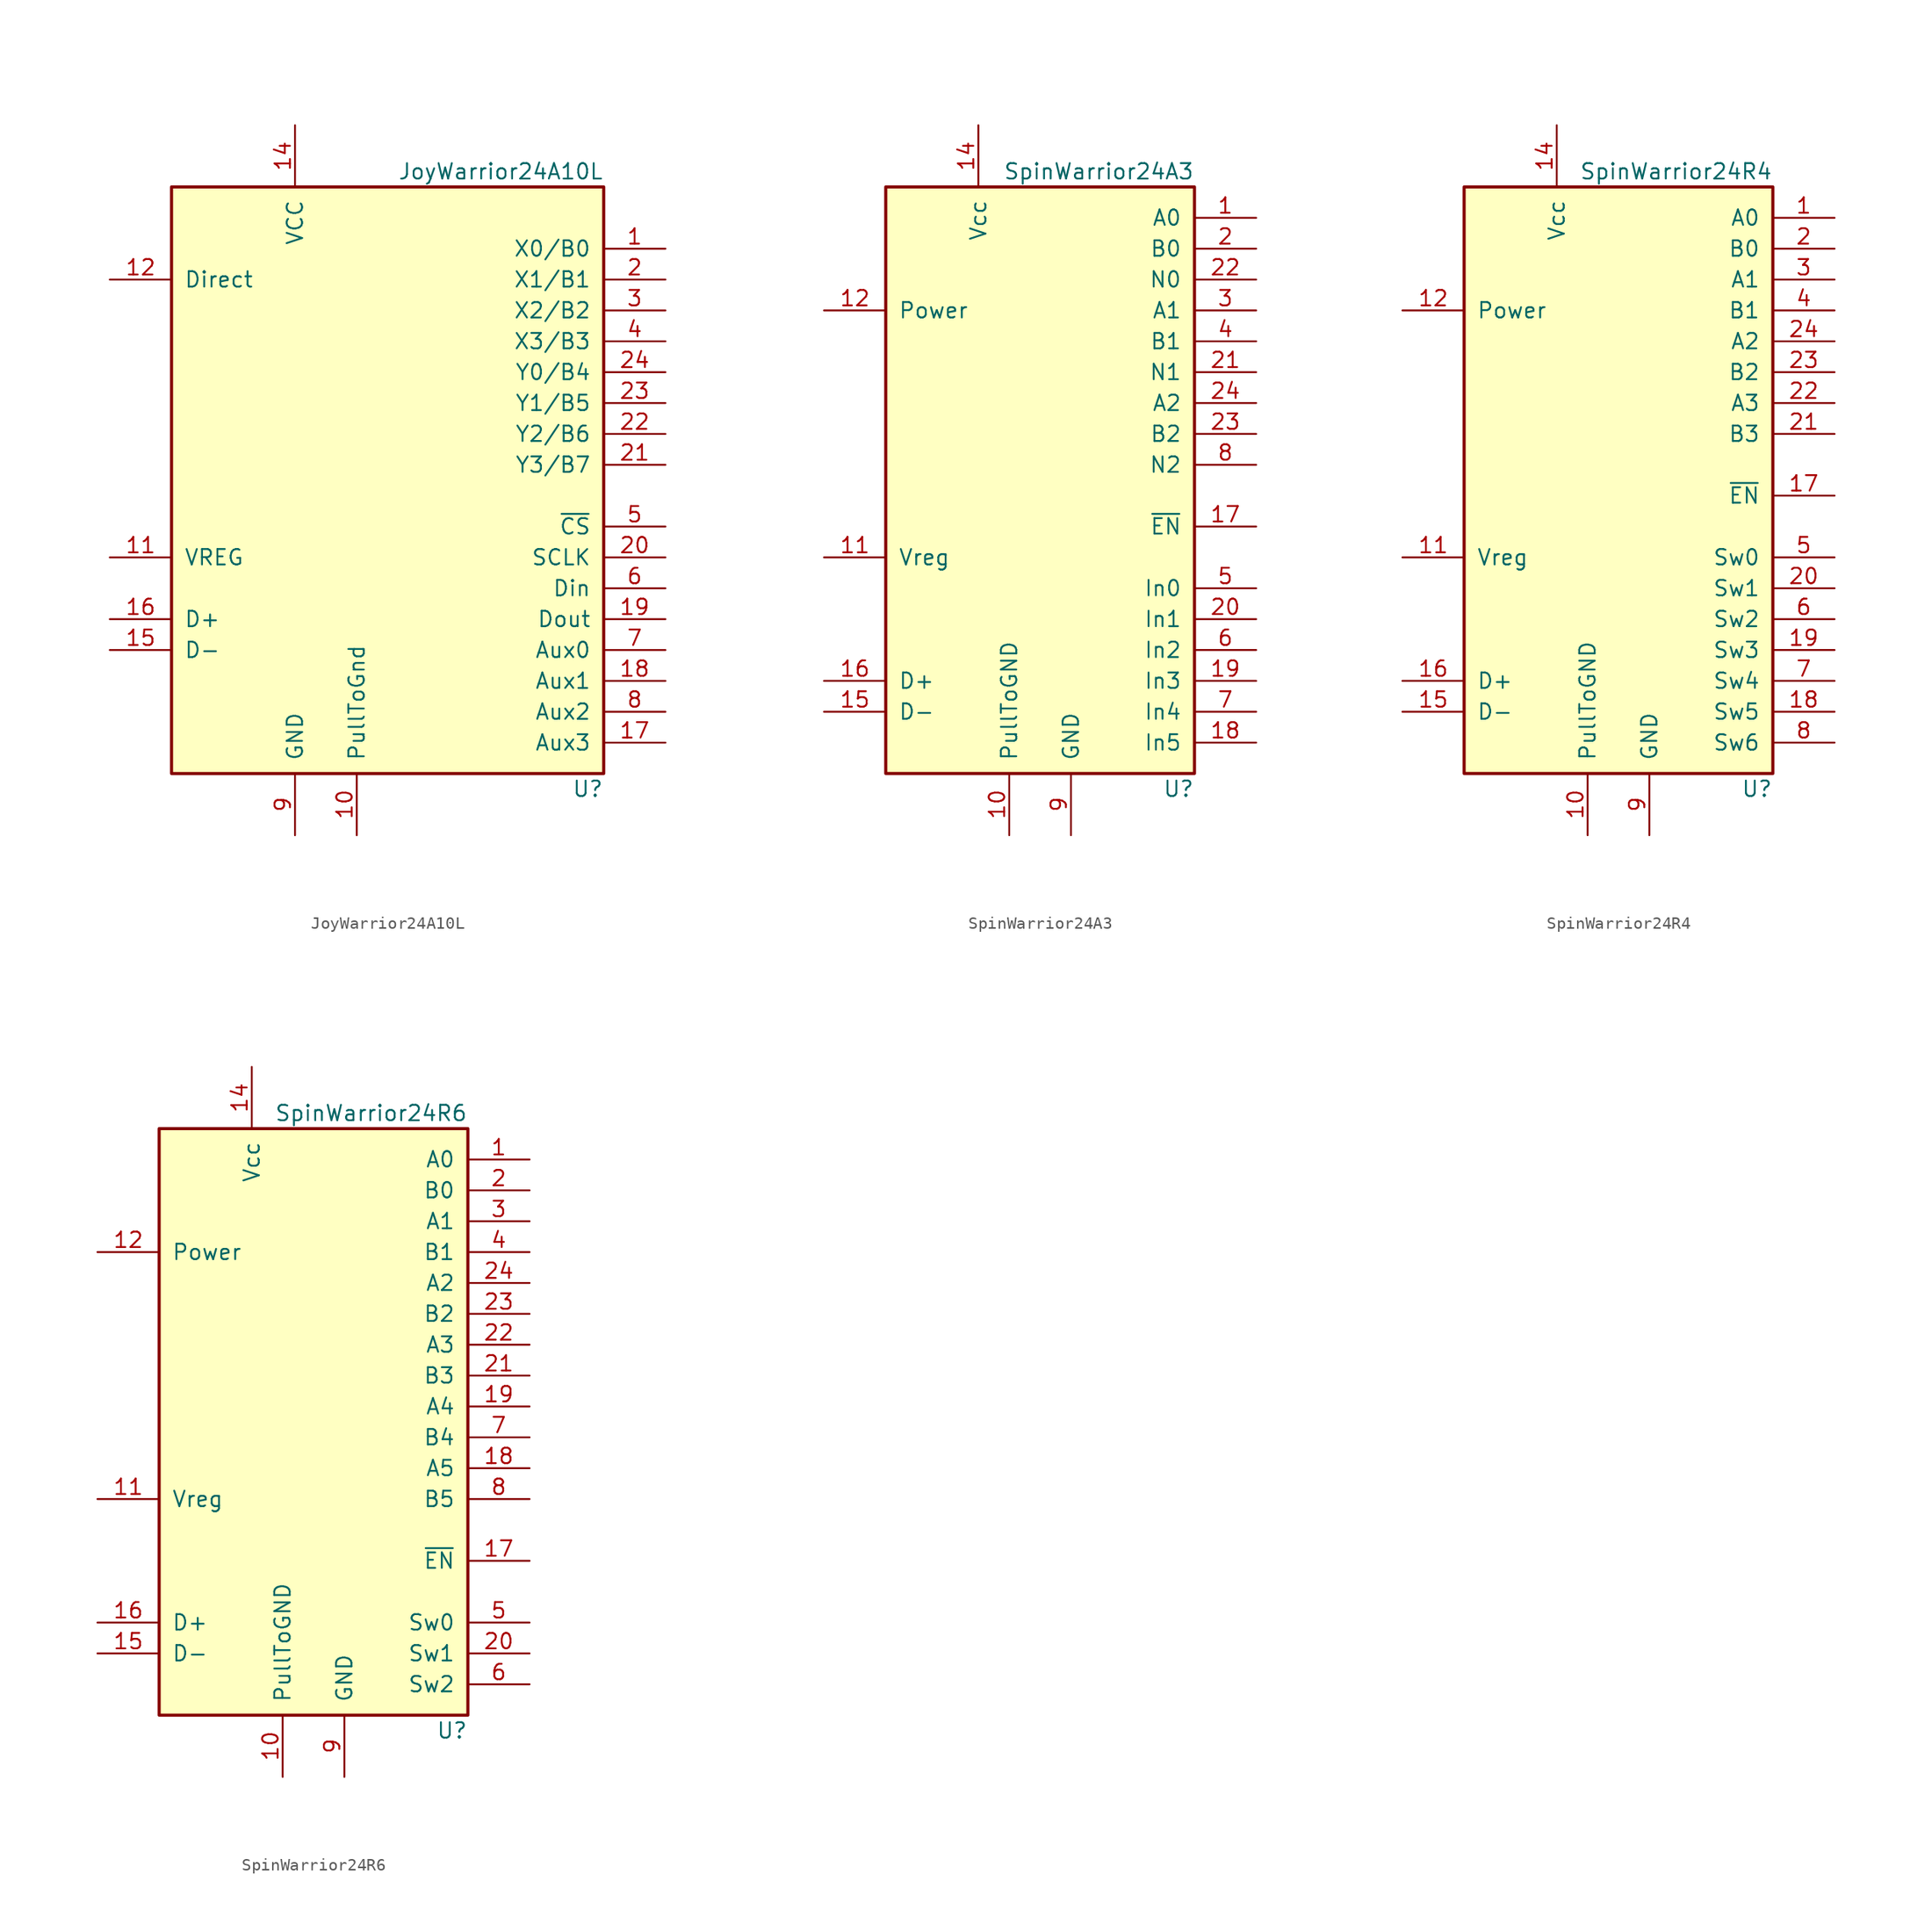
<source format=kicad_sym>
(kicad_symbol_lib
  (version 20201005)
  (generator kicad_symbol_editor)
  (symbol "Interface_HID:JoyWarrior24A10L"
    (pin_names
      (offset 1.016))
    (property "Reference" "U"
      (at 17.78 -24.13 0)
      (effects (font (size 1.27 1.27)) (justify right)))
    (property "Value" "JoyWarrior24A10L"
      (at 17.78 26.67 0)
      (effects (font (size 1.27 1.27)) (justify right)))
    (symbol "JoyWarrior24A10L_0_1"
      (rectangle (start -17.78 25.4) (end 17.78 -22.86) (stroke (width 0.254)) (fill (type background))))
    (symbol "JoyWarrior24A10L_1_1"
      (pin input line (at 22.86 20.32 180) (length 5.08) (name "X0/B0" (effects (font (size 1.27 1.27)))) (number "1" (effects (font (size 1.27 1.27)))))
      (pin input line (at 22.86 17.78 180) (length 5.08) (name "X1/B1" (effects (font (size 1.27 1.27)))) (number "2" (effects (font (size 1.27 1.27)))))
      (pin input line (at 22.86 15.24 180) (length 5.08) (name "X2/B2" (effects (font (size 1.27 1.27)))) (number "3" (effects (font (size 1.27 1.27)))))
      (pin input line (at 22.86 12.7 180) (length 5.08) (name "X3/B3" (effects (font (size 1.27 1.27)))) (number "4" (effects (font (size 1.27 1.27)))))
      (pin output line (at 22.86 -2.54 180) (length 5.08) (name "~CS" (effects (font (size 1.27 1.27)))) (number "5" (effects (font (size 1.27 1.27)))))
      (pin input line (at 22.86 -7.62 180) (length 5.08) (name "Din" (effects (font (size 1.27 1.27)))) (number "6" (effects (font (size 1.27 1.27)))))
      (pin output line (at 22.86 -12.7 180) (length 5.08) (name "Aux0" (effects (font (size 1.27 1.27)))) (number "7" (effects (font (size 1.27 1.27)))))
      (pin output line (at 22.86 -17.78 180) (length 5.08) (name "Aux2" (effects (font (size 1.27 1.27)))) (number "8" (effects (font (size 1.27 1.27)))))
      (pin power_in line (at -7.62 -27.94 90) (length 5.08) (name "GND" (effects (font (size 1.27 1.27)))) (number "9" (effects (font (size 1.27 1.27)))))
      (pin input line (at -2.54 -27.94 90) (length 5.08) (name "PullToGnd" (effects (font (size 1.27 1.27)))) (number "10" (effects (font (size 1.27 1.27)))))
      (pin output line (at 22.86 -5.08 180) (length 5.08) (name "SCLK" (effects (font (size 1.27 1.27)))) (number "20" (effects (font (size 1.27 1.27)))))
      (pin power_out line (at -22.86 -5.08 0) (length 5.08) (name "VREG" (effects (font (size 1.27 1.27)))) (number "11" (effects (font (size 1.27 1.27)))))
      (pin input line (at 22.86 2.54 180) (length 5.08) (name "Y3/B7" (effects (font (size 1.27 1.27)))) (number "21" (effects (font (size 1.27 1.27)))))
      (pin input line (at -22.86 17.78 0) (length 5.08) (name "Direct" (effects (font (size 1.27 1.27)))) (number "12" (effects (font (size 1.27 1.27)))))
      (pin input line (at 22.86 5.08 180) (length 5.08) (name "Y2/B6" (effects (font (size 1.27 1.27)))) (number "22" (effects (font (size 1.27 1.27)))))
      (pin no_connect line (at -22.86 22.86 0) (length 5.08) hide (name "NC" (effects (font (size 1.27 1.27)))) (number "13" (effects (font (size 1.27 1.27)))))
      (pin input line (at 22.86 7.62 180) (length 5.08) (name "Y1/B5" (effects (font (size 1.27 1.27)))) (number "23" (effects (font (size 1.27 1.27)))))
      (pin power_in line (at -7.62 30.48 270) (length 5.08) (name "VCC" (effects (font (size 1.27 1.27)))) (number "14" (effects (font (size 1.27 1.27)))))
      (pin input line (at 22.86 10.16 180) (length 5.08) (name "Y0/B4" (effects (font (size 1.27 1.27)))) (number "24" (effects (font (size 1.27 1.27)))))
      (pin bidirectional line (at -22.86 -12.7 0) (length 5.08) (name "D-" (effects (font (size 1.27 1.27)))) (number "15" (effects (font (size 1.27 1.27)))))
      (pin bidirectional line (at -22.86 -10.16 0) (length 5.08) (name "D+" (effects (font (size 1.27 1.27)))) (number "16" (effects (font (size 1.27 1.27)))))
      (pin output line (at 22.86 -20.32 180) (length 5.08) (name "Aux3" (effects (font (size 1.27 1.27)))) (number "17" (effects (font (size 1.27 1.27)))))
      (pin output line (at 22.86 -15.24 180) (length 5.08) (name "Aux1" (effects (font (size 1.27 1.27)))) (number "18" (effects (font (size 1.27 1.27)))))
      (pin output line (at 22.86 -10.16 180) (length 5.08) (name "Dout" (effects (font (size 1.27 1.27)))) (number "19" (effects (font (size 1.27 1.27)))))))
  (symbol "Interface_HID:SpinWarrior24A3"
    (pin_names
      (offset 1.016))
    (property "Reference" "U"
      (at 12.7 -24.13 0)
      (effects (font (size 1.27 1.27)) (justify right)))
    (property "Value" "SpinWarrior24A3"
      (at 12.7 26.67 0)
      (effects (font (size 1.27 1.27)) (justify right)))
    (symbol "SpinWarrior24A3_1_1"
      (rectangle (start -12.7 25.4) (end 12.7 -22.86) (stroke (width 0.254)) (fill (type background)))
      (pin input line (at 17.78 22.86 180) (length 5.08) (name "A0" (effects (font (size 1.27 1.27)))) (number "1" (effects (font (size 1.27 1.27)))))
      (pin input line (at 17.78 20.32 180) (length 5.08) (name "B0" (effects (font (size 1.27 1.27)))) (number "2" (effects (font (size 1.27 1.27)))))
      (pin input line (at 17.78 15.24 180) (length 5.08) (name "A1" (effects (font (size 1.27 1.27)))) (number "3" (effects (font (size 1.27 1.27)))))
      (pin input line (at 17.78 12.7 180) (length 5.08) (name "B1" (effects (font (size 1.27 1.27)))) (number "4" (effects (font (size 1.27 1.27)))))
      (pin input line (at 17.78 -7.62 180) (length 5.08) (name "In0" (effects (font (size 1.27 1.27)))) (number "5" (effects (font (size 1.27 1.27)))))
      (pin input line (at 17.78 -12.7 180) (length 5.08) (name "In2" (effects (font (size 1.27 1.27)))) (number "6" (effects (font (size 1.27 1.27)))))
      (pin input line (at 17.78 -17.78 180) (length 5.08) (name "In4" (effects (font (size 1.27 1.27)))) (number "7" (effects (font (size 1.27 1.27)))))
      (pin input line (at 17.78 2.54 180) (length 5.08) (name "N2" (effects (font (size 1.27 1.27)))) (number "8" (effects (font (size 1.27 1.27)))))
      (pin power_in line (at 2.54 -27.94 90) (length 5.08) (name "GND" (effects (font (size 1.27 1.27)))) (number "9" (effects (font (size 1.27 1.27)))))
      (pin input line (at -2.54 -27.94 90) (length 5.08) (name "PullToGND" (effects (font (size 1.27 1.27)))) (number "10" (effects (font (size 1.27 1.27)))))
      (pin input line (at 17.78 -10.16 180) (length 5.08) (name "In1" (effects (font (size 1.27 1.27)))) (number "20" (effects (font (size 1.27 1.27)))))
      (pin power_out line (at -17.78 -5.08 0) (length 5.08) (name "Vreg" (effects (font (size 1.27 1.27)))) (number "11" (effects (font (size 1.27 1.27)))))
      (pin input line (at 17.78 10.16 180) (length 5.08) (name "N1" (effects (font (size 1.27 1.27)))) (number "21" (effects (font (size 1.27 1.27)))))
      (pin input line (at -17.78 15.24 0) (length 5.08) (name "Power" (effects (font (size 1.27 1.27)))) (number "12" (effects (font (size 1.27 1.27)))))
      (pin input line (at 17.78 17.78 180) (length 5.08) (name "N0" (effects (font (size 1.27 1.27)))) (number "22" (effects (font (size 1.27 1.27)))))
      (pin no_connect line (at -17.78 22.86 0) (length 5.08) hide (name "NC" (effects (font (size 1.27 1.27)))) (number "13" (effects (font (size 1.27 1.27)))))
      (pin input line (at 17.78 5.08 180) (length 5.08) (name "B2" (effects (font (size 1.27 1.27)))) (number "23" (effects (font (size 1.27 1.27)))))
      (pin power_in line (at -5.08 30.48 270) (length 5.08) (name "Vcc" (effects (font (size 1.27 1.27)))) (number "14" (effects (font (size 1.27 1.27)))))
      (pin input line (at 17.78 7.62 180) (length 5.08) (name "A2" (effects (font (size 1.27 1.27)))) (number "24" (effects (font (size 1.27 1.27)))))
      (pin bidirectional line (at -17.78 -17.78 0) (length 5.08) (name "D-" (effects (font (size 1.27 1.27)))) (number "15" (effects (font (size 1.27 1.27)))))
      (pin bidirectional line (at -17.78 -15.24 0) (length 5.08) (name "D+" (effects (font (size 1.27 1.27)))) (number "16" (effects (font (size 1.27 1.27)))))
      (pin open_collector line (at 17.78 -2.54 180) (length 5.08) (name "~EN" (effects (font (size 1.27 1.27)))) (number "17" (effects (font (size 1.27 1.27)))))
      (pin input line (at 17.78 -20.32 180) (length 5.08) (name "In5" (effects (font (size 1.27 1.27)))) (number "18" (effects (font (size 1.27 1.27)))))
      (pin input line (at 17.78 -15.24 180) (length 5.08) (name "In3" (effects (font (size 1.27 1.27)))) (number "19" (effects (font (size 1.27 1.27)))))))
  (symbol "Interface_HID:SpinWarrior24R4"
    (pin_names
      (offset 1.016))
    (property "Reference" "U"
      (at 12.7 -24.13 0)
      (effects (font (size 1.27 1.27)) (justify right)))
    (property "Value" "SpinWarrior24R4"
      (at 12.7 26.67 0)
      (effects (font (size 1.27 1.27)) (justify right)))
    (symbol "SpinWarrior24R4_1_1"
      (rectangle (start -12.7 25.4) (end 12.7 -22.86) (stroke (width 0.254)) (fill (type background)))
      (pin input line (at 17.78 22.86 180) (length 5.08) (name "A0" (effects (font (size 1.27 1.27)))) (number "1" (effects (font (size 1.27 1.27)))))
      (pin input line (at 17.78 20.32 180) (length 5.08) (name "B0" (effects (font (size 1.27 1.27)))) (number "2" (effects (font (size 1.27 1.27)))))
      (pin input line (at 17.78 17.78 180) (length 5.08) (name "A1" (effects (font (size 1.27 1.27)))) (number "3" (effects (font (size 1.27 1.27)))))
      (pin input line (at 17.78 15.24 180) (length 5.08) (name "B1" (effects (font (size 1.27 1.27)))) (number "4" (effects (font (size 1.27 1.27)))))
      (pin input line (at 17.78 -5.08 180) (length 5.08) (name "Sw0" (effects (font (size 1.27 1.27)))) (number "5" (effects (font (size 1.27 1.27)))))
      (pin input line (at 17.78 -10.16 180) (length 5.08) (name "Sw2" (effects (font (size 1.27 1.27)))) (number "6" (effects (font (size 1.27 1.27)))))
      (pin input line (at 17.78 -15.24 180) (length 5.08) (name "Sw4" (effects (font (size 1.27 1.27)))) (number "7" (effects (font (size 1.27 1.27)))))
      (pin input line (at 17.78 -20.32 180) (length 5.08) (name "Sw6" (effects (font (size 1.27 1.27)))) (number "8" (effects (font (size 1.27 1.27)))))
      (pin power_in line (at 2.54 -27.94 90) (length 5.08) (name "GND" (effects (font (size 1.27 1.27)))) (number "9" (effects (font (size 1.27 1.27)))))
      (pin input line (at -2.54 -27.94 90) (length 5.08) (name "PullToGND" (effects (font (size 1.27 1.27)))) (number "10" (effects (font (size 1.27 1.27)))))
      (pin input line (at 17.78 -7.62 180) (length 5.08) (name "Sw1" (effects (font (size 1.27 1.27)))) (number "20" (effects (font (size 1.27 1.27)))))
      (pin power_out line (at -17.78 -5.08 0) (length 5.08) (name "Vreg" (effects (font (size 1.27 1.27)))) (number "11" (effects (font (size 1.27 1.27)))))
      (pin input line (at 17.78 5.08 180) (length 5.08) (name "B3" (effects (font (size 1.27 1.27)))) (number "21" (effects (font (size 1.27 1.27)))))
      (pin input line (at -17.78 15.24 0) (length 5.08) (name "Power" (effects (font (size 1.27 1.27)))) (number "12" (effects (font (size 1.27 1.27)))))
      (pin input line (at 17.78 7.62 180) (length 5.08) (name "A3" (effects (font (size 1.27 1.27)))) (number "22" (effects (font (size 1.27 1.27)))))
      (pin no_connect line (at -17.78 22.86 0) (length 5.08) hide (name "NC" (effects (font (size 1.27 1.27)))) (number "13" (effects (font (size 1.27 1.27)))))
      (pin input line (at 17.78 10.16 180) (length 5.08) (name "B2" (effects (font (size 1.27 1.27)))) (number "23" (effects (font (size 1.27 1.27)))))
      (pin power_in line (at -5.08 30.48 270) (length 5.08) (name "Vcc" (effects (font (size 1.27 1.27)))) (number "14" (effects (font (size 1.27 1.27)))))
      (pin input line (at 17.78 12.7 180) (length 5.08) (name "A2" (effects (font (size 1.27 1.27)))) (number "24" (effects (font (size 1.27 1.27)))))
      (pin bidirectional line (at -17.78 -17.78 0) (length 5.08) (name "D-" (effects (font (size 1.27 1.27)))) (number "15" (effects (font (size 1.27 1.27)))))
      (pin bidirectional line (at -17.78 -15.24 0) (length 5.08) (name "D+" (effects (font (size 1.27 1.27)))) (number "16" (effects (font (size 1.27 1.27)))))
      (pin open_collector line (at 17.78 0 180) (length 5.08) (name "~EN" (effects (font (size 1.27 1.27)))) (number "17" (effects (font (size 1.27 1.27)))))
      (pin input line (at 17.78 -17.78 180) (length 5.08) (name "Sw5" (effects (font (size 1.27 1.27)))) (number "18" (effects (font (size 1.27 1.27)))))
      (pin input line (at 17.78 -12.7 180) (length 5.08) (name "Sw3" (effects (font (size 1.27 1.27)))) (number "19" (effects (font (size 1.27 1.27)))))))
  (symbol "Interface_HID:SpinWarrior24R6"
    (pin_names
      (offset 1.016))
    (property "Reference" "U"
      (at 12.7 -24.13 0)
      (effects (font (size 1.27 1.27)) (justify right)))
    (property "Value" "SpinWarrior24R6"
      (at 12.7 26.67 0)
      (effects (font (size 1.27 1.27)) (justify right)))
    (symbol "SpinWarrior24R6_1_1"
      (rectangle (start -12.7 25.4) (end 12.7 -22.86) (stroke (width 0.254)) (fill (type background)))
      (pin input line (at 17.78 22.86 180) (length 5.08) (name "A0" (effects (font (size 1.27 1.27)))) (number "1" (effects (font (size 1.27 1.27)))))
      (pin input line (at 17.78 20.32 180) (length 5.08) (name "B0" (effects (font (size 1.27 1.27)))) (number "2" (effects (font (size 1.27 1.27)))))
      (pin input line (at 17.78 17.78 180) (length 5.08) (name "A1" (effects (font (size 1.27 1.27)))) (number "3" (effects (font (size 1.27 1.27)))))
      (pin input line (at 17.78 15.24 180) (length 5.08) (name "B1" (effects (font (size 1.27 1.27)))) (number "4" (effects (font (size 1.27 1.27)))))
      (pin input line (at 17.78 -15.24 180) (length 5.08) (name "Sw0" (effects (font (size 1.27 1.27)))) (number "5" (effects (font (size 1.27 1.27)))))
      (pin input line (at 17.78 -20.32 180) (length 5.08) (name "Sw2" (effects (font (size 1.27 1.27)))) (number "6" (effects (font (size 1.27 1.27)))))
      (pin input line (at 17.78 0 180) (length 5.08) (name "B4" (effects (font (size 1.27 1.27)))) (number "7" (effects (font (size 1.27 1.27)))))
      (pin input line (at 17.78 -5.08 180) (length 5.08) (name "B5" (effects (font (size 1.27 1.27)))) (number "8" (effects (font (size 1.27 1.27)))))
      (pin power_in line (at 2.54 -27.94 90) (length 5.08) (name "GND" (effects (font (size 1.27 1.27)))) (number "9" (effects (font (size 1.27 1.27)))))
      (pin input line (at -2.54 -27.94 90) (length 5.08) (name "PullToGND" (effects (font (size 1.27 1.27)))) (number "10" (effects (font (size 1.27 1.27)))))
      (pin input line (at 17.78 -17.78 180) (length 5.08) (name "Sw1" (effects (font (size 1.27 1.27)))) (number "20" (effects (font (size 1.27 1.27)))))
      (pin power_out line (at -17.78 -5.08 0) (length 5.08) (name "Vreg" (effects (font (size 1.27 1.27)))) (number "11" (effects (font (size 1.27 1.27)))))
      (pin input line (at 17.78 5.08 180) (length 5.08) (name "B3" (effects (font (size 1.27 1.27)))) (number "21" (effects (font (size 1.27 1.27)))))
      (pin input line (at -17.78 15.24 0) (length 5.08) (name "Power" (effects (font (size 1.27 1.27)))) (number "12" (effects (font (size 1.27 1.27)))))
      (pin input line (at 17.78 7.62 180) (length 5.08) (name "A3" (effects (font (size 1.27 1.27)))) (number "22" (effects (font (size 1.27 1.27)))))
      (pin no_connect line (at -17.78 22.86 0) (length 5.08) hide (name "NC" (effects (font (size 1.27 1.27)))) (number "13" (effects (font (size 1.27 1.27)))))
      (pin input line (at 17.78 10.16 180) (length 5.08) (name "B2" (effects (font (size 1.27 1.27)))) (number "23" (effects (font (size 1.27 1.27)))))
      (pin power_in line (at -5.08 30.48 270) (length 5.08) (name "Vcc" (effects (font (size 1.27 1.27)))) (number "14" (effects (font (size 1.27 1.27)))))
      (pin input line (at 17.78 12.7 180) (length 5.08) (name "A2" (effects (font (size 1.27 1.27)))) (number "24" (effects (font (size 1.27 1.27)))))
      (pin bidirectional line (at -17.78 -17.78 0) (length 5.08) (name "D-" (effects (font (size 1.27 1.27)))) (number "15" (effects (font (size 1.27 1.27)))))
      (pin bidirectional line (at -17.78 -15.24 0) (length 5.08) (name "D+" (effects (font (size 1.27 1.27)))) (number "16" (effects (font (size 1.27 1.27)))))
      (pin open_collector line (at 17.78 -10.16 180) (length 5.08) (name "~EN" (effects (font (size 1.27 1.27)))) (number "17" (effects (font (size 1.27 1.27)))))
      (pin input line (at 17.78 -2.54 180) (length 5.08) (name "A5" (effects (font (size 1.27 1.27)))) (number "18" (effects (font (size 1.27 1.27)))))
      (pin input line (at 17.78 2.54 180) (length 5.08) (name "A4" (effects (font (size 1.27 1.27)))) (number "19" (effects (font (size 1.27 1.27))))))))
</source>
